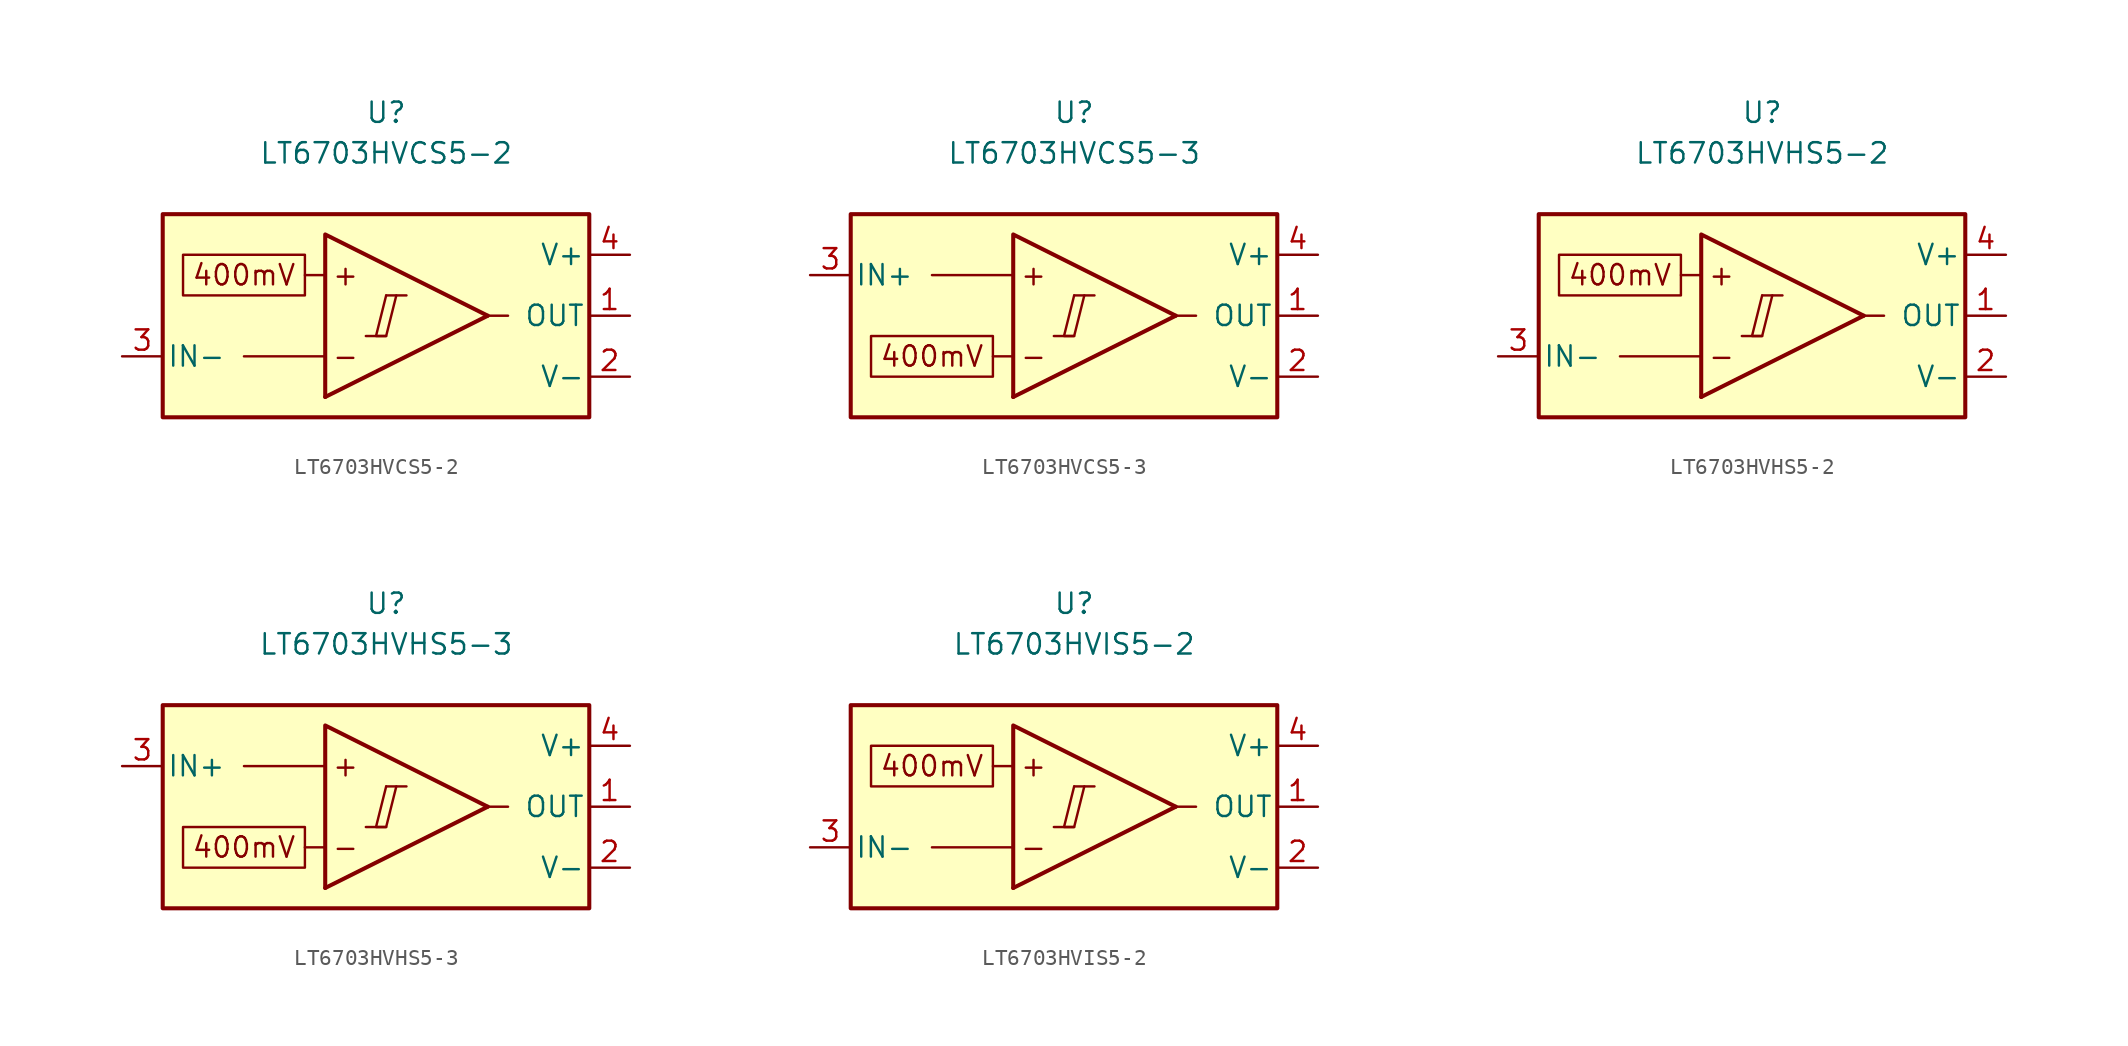
<source format=kicad_sym>
(kicad_symbol_lib
  (version 20231120)
  (generator "kicad_symbol_editor")
  (generator_version "8.0")
  (symbol "LT6703HVCS5-2"
    (pin_names
      (offset 0.254))
    (property "Reference" "U"
      (at 0 12.7 0)
      (effects (font (size 1.27 1.27))))
    (property "Value" "LT6703HVCS5-2"
      (at 0 10.16 0)
      (effects (font (size 1.27 1.27))))
    (symbol "LT6703HVCS5-2_0_0"
      (polyline (pts (xy -1.27 -1.27) (xy 0 -1.27)) (stroke (width 0.152) (type default)) (fill (type none)))
      (polyline (pts (xy 0 1.27) (xy 1.27 1.27)) (stroke (width 0.152) (type default)) (fill (type none)))
      (polyline (pts (xy 6.35 0) (xy -3.81 -5.08)) (stroke (width 0.254) (type default)) (fill (type none)))
      (polyline (pts (xy 6.35 0) (xy -3.81 5.08) (xy -3.81 -5.08)) (stroke (width 0.254) (type default)) (fill (type background)))
      (polyline (pts (xy 0 1.27) (xy -0.635 -1.27) (xy 0 -1.27) (xy 0.635 1.27)) (stroke (width 0.152) (type default)) (fill (type none)))
      (text "+" (at -2.54 2.54 0) (effects (font (size 1.27 1.27))))
      (text "-" (at -2.54 -2.54 0) (effects (font (size 1.27 1.27)))))
    (symbol "LT6703HVCS5-2_0_1"
      (polyline (pts (xy -3.81 -2.54) (xy -8.89 -2.54)) (stroke (width 0) (type default)) (fill (type none)))
      (polyline (pts (xy -3.81 2.54) (xy -5.08 2.54)) (stroke (width 0) (type default)) (fill (type none)))
      (polyline (pts (xy 6.35 0) (xy 7.62 0)) (stroke (width 0) (type default)) (fill (type none))))
    (symbol "LT6703HVCS5-2_1_0"
      (rectangle (start -13.97 6.35) (end 12.7 -6.35) (stroke (width 0.254) (type default)) (fill (type background)))
      (rectangle (start -12.7 3.81) (end -5.08 1.27) (stroke (width 0.152) (type default)) (fill (type none)))
      (text "400mV" (at -8.89 2.54 0) (effects (font (size 1.27 1.27)))))
    (symbol "LT6703HVCS5-2_1_1"
      (pin output line (at 15.24 0 180) (length 2.54) (name "OUT" (effects (font (size 1.27 1.27)))) (number "1" (effects (font (size 1.27 1.27)))))
      (pin power_in line (at 15.24 -3.81 180) (length 2.54) (name "V-" (effects (font (size 1.27 1.27)))) (number "2" (effects (font (size 1.27 1.27)))))
      (pin input line (at -16.51 -2.54 0) (length 2.54) (name "IN-" (effects (font (size 1.27 1.27)))) (number "3" (effects (font (size 1.27 1.27)))))
      (pin power_in line (at 15.24 3.81 180) (length 2.54) (name "V+" (effects (font (size 1.27 1.27)))) (number "4" (effects (font (size 1.27 1.27)))))
      (pin no_connect line (at -1.27 0 0) (length 2.54) hide (name "NC" (effects (font (size 1.27 1.27)))) (number "5" (effects (font (size 1.27 1.27)))))))
  (symbol "LT6703HVCS5-3"
    (pin_names
      (offset 0.254))
    (property "Reference" "U"
      (at 0 12.7 0)
      (effects (font (size 1.27 1.27))))
    (property "Value" "LT6703HVCS5-3"
      (at 0 10.16 0)
      (effects (font (size 1.27 1.27))))
    (symbol "LT6703HVCS5-3_0_0"
      (polyline (pts (xy -1.27 -1.27) (xy 0 -1.27)) (stroke (width 0.152) (type default)) (fill (type none)))
      (polyline (pts (xy 0 1.27) (xy 1.27 1.27)) (stroke (width 0.152) (type default)) (fill (type none)))
      (polyline (pts (xy 6.35 0) (xy -3.81 -5.08)) (stroke (width 0.254) (type default)) (fill (type none)))
      (polyline (pts (xy 6.35 0) (xy -3.81 5.08) (xy -3.81 -5.08)) (stroke (width 0.254) (type default)) (fill (type background)))
      (polyline (pts (xy 0 1.27) (xy -0.635 -1.27) (xy 0 -1.27) (xy 0.635 1.27)) (stroke (width 0.152) (type default)) (fill (type none)))
      (text "+" (at -2.54 2.54 0) (effects (font (size 1.27 1.27))))
      (text "-" (at -2.54 -2.54 0) (effects (font (size 1.27 1.27)))))
    (symbol "LT6703HVCS5-3_0_1"
      (polyline (pts (xy -3.81 -2.54) (xy -5.08 -2.54)) (stroke (width 0) (type default)) (fill (type none)))
      (polyline (pts (xy -3.81 2.54) (xy -8.89 2.54)) (stroke (width 0) (type default)) (fill (type none)))
      (polyline (pts (xy 6.35 0) (xy 7.62 0)) (stroke (width 0) (type default)) (fill (type none))))
    (symbol "LT6703HVCS5-3_1_0"
      (rectangle (start -13.97 6.35) (end 12.7 -6.35) (stroke (width 0.254) (type default)) (fill (type background)))
      (rectangle (start -12.7 -1.27) (end -5.08 -3.81) (stroke (width 0.152) (type default)) (fill (type none)))
      (text "400mV" (at -8.89 -2.54 0) (effects (font (size 1.27 1.27)))))
    (symbol "LT6703HVCS5-3_1_1"
      (pin output line (at 15.24 0 180) (length 2.54) (name "OUT" (effects (font (size 1.27 1.27)))) (number "1" (effects (font (size 1.27 1.27)))))
      (pin power_in line (at 15.24 -3.81 180) (length 2.54) (name "V-" (effects (font (size 1.27 1.27)))) (number "2" (effects (font (size 1.27 1.27)))))
      (pin input line (at -16.51 2.54 0) (length 2.54) (name "IN+" (effects (font (size 1.27 1.27)))) (number "3" (effects (font (size 1.27 1.27)))))
      (pin power_in line (at 15.24 3.81 180) (length 2.54) (name "V+" (effects (font (size 1.27 1.27)))) (number "4" (effects (font (size 1.27 1.27)))))
      (pin no_connect line (at -1.27 0 0) (length 2.54) hide (name "NC" (effects (font (size 1.27 1.27)))) (number "5" (effects (font (size 1.27 1.27)))))))
  (symbol "LT6703HVHS5-2"
    (pin_names
      (offset 0.254))
    (property "Reference" "U"
      (at 0 12.7 0)
      (effects (font (size 1.27 1.27))))
    (property "Value" "LT6703HVHS5-2"
      (at 0 10.16 0)
      (effects (font (size 1.27 1.27))))
    (symbol "LT6703HVHS5-2_0_0"
      (polyline (pts (xy -1.27 -1.27) (xy 0 -1.27)) (stroke (width 0.152) (type default)) (fill (type none)))
      (polyline (pts (xy 0 1.27) (xy 1.27 1.27)) (stroke (width 0.152) (type default)) (fill (type none)))
      (polyline (pts (xy 6.35 0) (xy -3.81 -5.08)) (stroke (width 0.254) (type default)) (fill (type none)))
      (polyline (pts (xy 6.35 0) (xy -3.81 5.08) (xy -3.81 -5.08)) (stroke (width 0.254) (type default)) (fill (type background)))
      (polyline (pts (xy 0 1.27) (xy -0.635 -1.27) (xy 0 -1.27) (xy 0.635 1.27)) (stroke (width 0.152) (type default)) (fill (type none)))
      (text "+" (at -2.54 2.54 0) (effects (font (size 1.27 1.27))))
      (text "-" (at -2.54 -2.54 0) (effects (font (size 1.27 1.27)))))
    (symbol "LT6703HVHS5-2_0_1"
      (polyline (pts (xy -3.81 -2.54) (xy -8.89 -2.54)) (stroke (width 0) (type default)) (fill (type none)))
      (polyline (pts (xy -3.81 2.54) (xy -5.08 2.54)) (stroke (width 0) (type default)) (fill (type none)))
      (polyline (pts (xy 6.35 0) (xy 7.62 0)) (stroke (width 0) (type default)) (fill (type none))))
    (symbol "LT6703HVHS5-2_1_0"
      (rectangle (start -13.97 6.35) (end 12.7 -6.35) (stroke (width 0.254) (type default)) (fill (type background)))
      (rectangle (start -12.7 3.81) (end -5.08 1.27) (stroke (width 0.152) (type default)) (fill (type none)))
      (text "400mV" (at -8.89 2.54 0) (effects (font (size 1.27 1.27)))))
    (symbol "LT6703HVHS5-2_1_1"
      (pin output line (at 15.24 0 180) (length 2.54) (name "OUT" (effects (font (size 1.27 1.27)))) (number "1" (effects (font (size 1.27 1.27)))))
      (pin power_in line (at 15.24 -3.81 180) (length 2.54) (name "V-" (effects (font (size 1.27 1.27)))) (number "2" (effects (font (size 1.27 1.27)))))
      (pin input line (at -16.51 -2.54 0) (length 2.54) (name "IN-" (effects (font (size 1.27 1.27)))) (number "3" (effects (font (size 1.27 1.27)))))
      (pin power_in line (at 15.24 3.81 180) (length 2.54) (name "V+" (effects (font (size 1.27 1.27)))) (number "4" (effects (font (size 1.27 1.27)))))
      (pin no_connect line (at -1.27 0 0) (length 2.54) hide (name "NC" (effects (font (size 1.27 1.27)))) (number "5" (effects (font (size 1.27 1.27)))))))
  (symbol "LT6703HVHS5-3"
    (pin_names
      (offset 0.254))
    (property "Reference" "U"
      (at 0 12.7 0)
      (effects (font (size 1.27 1.27))))
    (property "Value" "LT6703HVHS5-3"
      (at 0 10.16 0)
      (effects (font (size 1.27 1.27))))
    (symbol "LT6703HVHS5-3_0_0"
      (polyline (pts (xy -1.27 -1.27) (xy 0 -1.27)) (stroke (width 0.152) (type default)) (fill (type none)))
      (polyline (pts (xy 0 1.27) (xy 1.27 1.27)) (stroke (width 0.152) (type default)) (fill (type none)))
      (polyline (pts (xy 6.35 0) (xy -3.81 -5.08)) (stroke (width 0.254) (type default)) (fill (type none)))
      (polyline (pts (xy 6.35 0) (xy -3.81 5.08) (xy -3.81 -5.08)) (stroke (width 0.254) (type default)) (fill (type background)))
      (polyline (pts (xy 0 1.27) (xy -0.635 -1.27) (xy 0 -1.27) (xy 0.635 1.27)) (stroke (width 0.152) (type default)) (fill (type none)))
      (text "+" (at -2.54 2.54 0) (effects (font (size 1.27 1.27))))
      (text "-" (at -2.54 -2.54 0) (effects (font (size 1.27 1.27)))))
    (symbol "LT6703HVHS5-3_0_1"
      (polyline (pts (xy -3.81 -2.54) (xy -5.08 -2.54)) (stroke (width 0) (type default)) (fill (type none)))
      (polyline (pts (xy -3.81 2.54) (xy -8.89 2.54)) (stroke (width 0) (type default)) (fill (type none)))
      (polyline (pts (xy 6.35 0) (xy 7.62 0)) (stroke (width 0) (type default)) (fill (type none))))
    (symbol "LT6703HVHS5-3_1_0"
      (rectangle (start -13.97 6.35) (end 12.7 -6.35) (stroke (width 0.254) (type default)) (fill (type background)))
      (rectangle (start -12.7 -1.27) (end -5.08 -3.81) (stroke (width 0.152) (type default)) (fill (type none)))
      (text "400mV" (at -8.89 -2.54 0) (effects (font (size 1.27 1.27)))))
    (symbol "LT6703HVHS5-3_1_1"
      (pin output line (at 15.24 0 180) (length 2.54) (name "OUT" (effects (font (size 1.27 1.27)))) (number "1" (effects (font (size 1.27 1.27)))))
      (pin power_in line (at 15.24 -3.81 180) (length 2.54) (name "V-" (effects (font (size 1.27 1.27)))) (number "2" (effects (font (size 1.27 1.27)))))
      (pin input line (at -16.51 2.54 0) (length 2.54) (name "IN+" (effects (font (size 1.27 1.27)))) (number "3" (effects (font (size 1.27 1.27)))))
      (pin power_in line (at 15.24 3.81 180) (length 2.54) (name "V+" (effects (font (size 1.27 1.27)))) (number "4" (effects (font (size 1.27 1.27)))))
      (pin no_connect line (at -1.27 0 0) (length 2.54) hide (name "NC" (effects (font (size 1.27 1.27)))) (number "5" (effects (font (size 1.27 1.27)))))))
  (symbol "LT6703HVIS5-2"
    (pin_names
      (offset 0.254))
    (property "Reference" "U"
      (at 0 12.7 0)
      (effects (font (size 1.27 1.27))))
    (property "Value" "LT6703HVIS5-2"
      (at 0 10.16 0)
      (effects (font (size 1.27 1.27))))
    (symbol "LT6703HVIS5-2_0_0"
      (polyline (pts (xy -1.27 -1.27) (xy 0 -1.27)) (stroke (width 0.152) (type default)) (fill (type none)))
      (polyline (pts (xy 0 1.27) (xy 1.27 1.27)) (stroke (width 0.152) (type default)) (fill (type none)))
      (polyline (pts (xy 6.35 0) (xy -3.81 -5.08)) (stroke (width 0.254) (type default)) (fill (type none)))
      (polyline (pts (xy 6.35 0) (xy -3.81 5.08) (xy -3.81 -5.08)) (stroke (width 0.254) (type default)) (fill (type background)))
      (polyline (pts (xy 0 1.27) (xy -0.635 -1.27) (xy 0 -1.27) (xy 0.635 1.27)) (stroke (width 0.152) (type default)) (fill (type none)))
      (text "+" (at -2.54 2.54 0) (effects (font (size 1.27 1.27))))
      (text "-" (at -2.54 -2.54 0) (effects (font (size 1.27 1.27)))))
    (symbol "LT6703HVIS5-2_0_1"
      (polyline (pts (xy -3.81 -2.54) (xy -8.89 -2.54)) (stroke (width 0) (type default)) (fill (type none)))
      (polyline (pts (xy -3.81 2.54) (xy -5.08 2.54)) (stroke (width 0) (type default)) (fill (type none)))
      (polyline (pts (xy 6.35 0) (xy 7.62 0)) (stroke (width 0) (type default)) (fill (type none))))
    (symbol "LT6703HVIS5-2_1_0"
      (rectangle (start -13.97 6.35) (end 12.7 -6.35) (stroke (width 0.254) (type default)) (fill (type background)))
      (rectangle (start -12.7 3.81) (end -5.08 1.27) (stroke (width 0.152) (type default)) (fill (type none)))
      (text "400mV" (at -8.89 2.54 0) (effects (font (size 1.27 1.27)))))
    (symbol "LT6703HVIS5-2_1_1"
      (pin output line (at 15.24 0 180) (length 2.54) (name "OUT" (effects (font (size 1.27 1.27)))) (number "1" (effects (font (size 1.27 1.27)))))
      (pin power_in line (at 15.24 -3.81 180) (length 2.54) (name "V-" (effects (font (size 1.27 1.27)))) (number "2" (effects (font (size 1.27 1.27)))))
      (pin input line (at -16.51 -2.54 0) (length 2.54) (name "IN-" (effects (font (size 1.27 1.27)))) (number "3" (effects (font (size 1.27 1.27)))))
      (pin power_in line (at 15.24 3.81 180) (length 2.54) (name "V+" (effects (font (size 1.27 1.27)))) (number "4" (effects (font (size 1.27 1.27)))))
      (pin no_connect line (at -1.27 0 0) (length 2.54) hide (name "NC" (effects (font (size 1.27 1.27)))) (number "5" (effects (font (size 1.27 1.27))))))))
</source>
